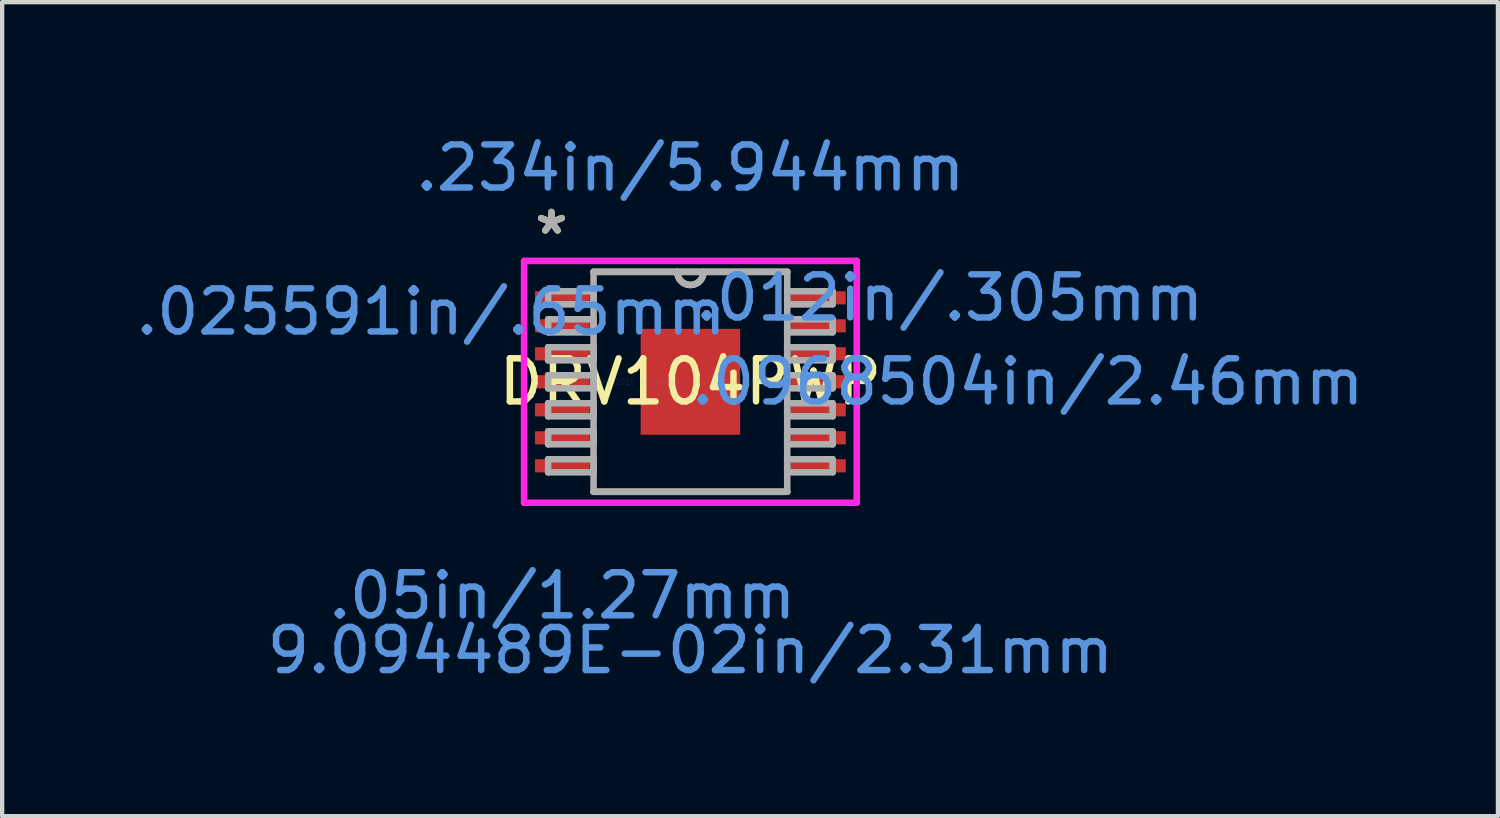
<source format=kicad_pcb>
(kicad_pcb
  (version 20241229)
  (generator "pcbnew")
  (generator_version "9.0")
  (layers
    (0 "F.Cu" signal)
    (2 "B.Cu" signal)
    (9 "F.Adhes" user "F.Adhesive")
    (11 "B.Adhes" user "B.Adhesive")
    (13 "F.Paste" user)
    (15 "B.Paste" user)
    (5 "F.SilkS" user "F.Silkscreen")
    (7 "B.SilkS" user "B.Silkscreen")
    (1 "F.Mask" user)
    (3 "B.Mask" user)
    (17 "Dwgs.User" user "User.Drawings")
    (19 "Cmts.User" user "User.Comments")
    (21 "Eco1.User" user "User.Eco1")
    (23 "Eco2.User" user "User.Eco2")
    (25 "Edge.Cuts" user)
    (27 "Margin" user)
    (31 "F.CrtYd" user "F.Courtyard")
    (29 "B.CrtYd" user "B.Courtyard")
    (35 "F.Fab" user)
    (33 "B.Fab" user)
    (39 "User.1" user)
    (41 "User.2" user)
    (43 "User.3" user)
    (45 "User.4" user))
  (footprint "DRV104PWP"
    (layer "F.Cu")
    (at 12.978 5.814)
    (property "Reference" "DRV104PWP" (at 0 0 0) (layer "F.SilkS") (effects (font (size 1 1) (thickness 0.15))))
    (attr through_hole)
    (fp_line (start -2.248 2.553) (end 2.248 2.553) (stroke (width 0.152) (type solid)) (layer "F.SilkS"))
    (fp_line (start 2.248 -2.553) (end -2.248 -2.553) (stroke (width 0.152) (type solid)) (layer "F.SilkS"))
    (fp_arc (start 0.3048 -2.5527) (mid 0 -2.2479) (end -0.3048 -2.5527) (stroke (width 0.1524) (type solid)) (layer "F.SilkS"))
    (fp_line (start -3.861 -2.807) (end 3.861 -2.807) (stroke (width 0.152) (type solid)) (layer "F.CrtYd"))
    (fp_line (start -3.861 2.807) (end -3.861 -2.807) (stroke (width 0.152) (type solid)) (layer "F.CrtYd"))
    (fp_line (start 3.861 -2.807) (end 3.861 2.807) (stroke (width 0.152) (type solid)) (layer "F.CrtYd"))
    (fp_line (start 3.861 2.807) (end -3.861 2.807) (stroke (width 0.152) (type solid)) (layer "F.CrtYd"))
    (fp_line (start -3.302 -2.102) (end -3.302 -1.798) (stroke (width 0.152) (type solid)) (layer "F.Fab"))
    (fp_line (start -3.302 -1.798) (end -2.248 -1.798) (stroke (width 0.152) (type solid)) (layer "F.Fab"))
    (fp_line (start -3.302 -1.452) (end -3.302 -1.148) (stroke (width 0.152) (type solid)) (layer "F.Fab"))
    (fp_line (start -3.302 -1.148) (end -2.248 -1.148) (stroke (width 0.152) (type solid)) (layer "F.Fab"))
    (fp_line (start -3.302 -0.802) (end -3.302 -0.498) (stroke (width 0.152) (type solid)) (layer "F.Fab"))
    (fp_line (start -3.302 -0.498) (end -2.248 -0.498) (stroke (width 0.152) (type solid)) (layer "F.Fab"))
    (fp_line (start -3.302 -0.152) (end -3.302 0.152) (stroke (width 0.152) (type solid)) (layer "F.Fab"))
    (fp_line (start -3.302 0.152) (end -2.248 0.152) (stroke (width 0.152) (type solid)) (layer "F.Fab"))
    (fp_line (start -3.302 0.498) (end -3.302 0.802) (stroke (width 0.152) (type solid)) (layer "F.Fab"))
    (fp_line (start -3.302 0.802) (end -2.248 0.802) (stroke (width 0.152) (type solid)) (layer "F.Fab"))
    (fp_line (start -3.302 1.148) (end -3.302 1.452) (stroke (width 0.152) (type solid)) (layer "F.Fab"))
    (fp_line (start -3.302 1.452) (end -2.248 1.452) (stroke (width 0.152) (type solid)) (layer "F.Fab"))
    (fp_line (start -3.302 1.798) (end -3.302 2.102) (stroke (width 0.152) (type solid)) (layer "F.Fab"))
    (fp_line (start -3.302 2.102) (end -2.248 2.102) (stroke (width 0.152) (type solid)) (layer "F.Fab"))
    (fp_line (start -2.248 -2.553) (end -2.248 2.553) (stroke (width 0.152) (type solid)) (layer "F.Fab"))
    (fp_line (start -2.248 -2.102) (end -3.302 -2.102) (stroke (width 0.152) (type solid)) (layer "F.Fab"))
    (fp_line (start -2.248 -1.798) (end -2.248 -2.102) (stroke (width 0.152) (type solid)) (layer "F.Fab"))
    (fp_line (start -2.248 -1.452) (end -3.302 -1.452) (stroke (width 0.152) (type solid)) (layer "F.Fab"))
    (fp_line (start -2.248 -1.148) (end -2.248 -1.452) (stroke (width 0.152) (type solid)) (layer "F.Fab"))
    (fp_line (start -2.248 -0.802) (end -3.302 -0.802) (stroke (width 0.152) (type solid)) (layer "F.Fab"))
    (fp_line (start -2.248 -0.498) (end -2.248 -0.802) (stroke (width 0.152) (type solid)) (layer "F.Fab"))
    (fp_line (start -2.248 -0.152) (end -3.302 -0.152) (stroke (width 0.152) (type solid)) (layer "F.Fab"))
    (fp_line (start -2.248 0.152) (end -2.248 -0.152) (stroke (width 0.152) (type solid)) (layer "F.Fab"))
    (fp_line (start -2.248 0.498) (end -3.302 0.498) (stroke (width 0.152) (type solid)) (layer "F.Fab"))
    (fp_line (start -2.248 0.802) (end -2.248 0.498) (stroke (width 0.152) (type solid)) (layer "F.Fab"))
    (fp_line (start -2.248 1.148) (end -3.302 1.148) (stroke (width 0.152) (type solid)) (layer "F.Fab"))
    (fp_line (start -2.248 1.452) (end -2.248 1.148) (stroke (width 0.152) (type solid)) (layer "F.Fab"))
    (fp_line (start -2.248 1.798) (end -3.302 1.798) (stroke (width 0.152) (type solid)) (layer "F.Fab"))
    (fp_line (start -2.248 2.102) (end -2.248 1.798) (stroke (width 0.152) (type solid)) (layer "F.Fab"))
    (fp_line (start -2.248 2.553) (end 2.248 2.553) (stroke (width 0.152) (type solid)) (layer "F.Fab"))
    (fp_line (start 2.248 -2.553) (end -2.248 -2.553) (stroke (width 0.152) (type solid)) (layer "F.Fab"))
    (fp_line (start 2.248 -2.102) (end 2.248 -1.798) (stroke (width 0.152) (type solid)) (layer "F.Fab"))
    (fp_line (start 2.248 -1.798) (end 3.302 -1.798) (stroke (width 0.152) (type solid)) (layer "F.Fab"))
    (fp_line (start 2.248 -1.452) (end 2.248 -1.148) (stroke (width 0.152) (type solid)) (layer "F.Fab"))
    (fp_line (start 2.248 -1.148) (end 3.302 -1.148) (stroke (width 0.152) (type solid)) (layer "F.Fab"))
    (fp_line (start 2.248 -0.802) (end 2.248 -0.498) (stroke (width 0.152) (type solid)) (layer "F.Fab"))
    (fp_line (start 2.248 -0.498) (end 3.302 -0.498) (stroke (width 0.152) (type solid)) (layer "F.Fab"))
    (fp_line (start 2.248 -0.152) (end 2.248 0.152) (stroke (width 0.152) (type solid)) (layer "F.Fab"))
    (fp_line (start 2.248 0.152) (end 3.302 0.152) (stroke (width 0.152) (type solid)) (layer "F.Fab"))
    (fp_line (start 2.248 0.498) (end 2.248 0.802) (stroke (width 0.152) (type solid)) (layer "F.Fab"))
    (fp_line (start 2.248 0.802) (end 3.302 0.802) (stroke (width 0.152) (type solid)) (layer "F.Fab"))
    (fp_line (start 2.248 1.148) (end 2.248 1.452) (stroke (width 0.152) (type solid)) (layer "F.Fab"))
    (fp_line (start 2.248 1.452) (end 3.302 1.452) (stroke (width 0.152) (type solid)) (layer "F.Fab"))
    (fp_line (start 2.248 1.798) (end 2.248 2.102) (stroke (width 0.152) (type solid)) (layer "F.Fab"))
    (fp_line (start 2.248 2.102) (end 3.302 2.102) (stroke (width 0.152) (type solid)) (layer "F.Fab"))
    (fp_line (start 2.248 2.553) (end 2.248 -2.553) (stroke (width 0.152) (type solid)) (layer "F.Fab"))
    (fp_line (start 3.302 -2.102) (end 2.248 -2.102) (stroke (width 0.152) (type solid)) (layer "F.Fab"))
    (fp_line (start 3.302 -1.798) (end 3.302 -2.102) (stroke (width 0.152) (type solid)) (layer "F.Fab"))
    (fp_line (start 3.302 -1.452) (end 2.248 -1.452) (stroke (width 0.152) (type solid)) (layer "F.Fab"))
    (fp_line (start 3.302 -1.148) (end 3.302 -1.452) (stroke (width 0.152) (type solid)) (layer "F.Fab"))
    (fp_line (start 3.302 -0.802) (end 2.248 -0.802) (stroke (width 0.152) (type solid)) (layer "F.Fab"))
    (fp_line (start 3.302 -0.498) (end 3.302 -0.802) (stroke (width 0.152) (type solid)) (layer "F.Fab"))
    (fp_line (start 3.302 -0.152) (end 2.248 -0.152) (stroke (width 0.152) (type solid)) (layer "F.Fab"))
    (fp_line (start 3.302 0.152) (end 3.302 -0.152) (stroke (width 0.152) (type solid)) (layer "F.Fab"))
    (fp_line (start 3.302 0.498) (end 2.248 0.498) (stroke (width 0.152) (type solid)) (layer "F.Fab"))
    (fp_line (start 3.302 0.802) (end 3.302 0.498) (stroke (width 0.152) (type solid)) (layer "F.Fab"))
    (fp_line (start 3.302 1.148) (end 2.248 1.148) (stroke (width 0.152) (type solid)) (layer "F.Fab"))
    (fp_line (start 3.302 1.452) (end 3.302 1.148) (stroke (width 0.152) (type solid)) (layer "F.Fab"))
    (fp_line (start 3.302 1.798) (end 2.248 1.798) (stroke (width 0.152) (type solid)) (layer "F.Fab"))
    (fp_line (start 3.302 2.102) (end 3.302 1.798) (stroke (width 0.152) (type solid)) (layer "F.Fab"))
    (fp_arc (start 0.3048 -2.5527) (mid 0 -2.2479) (end -0.3048 -2.5527) (stroke (width 0.1524) (type solid)) (layer "F.Fab"))
    (fp_text user "*" (at -3.226 -3.398 0) (layer "F.SilkS") (effects (font (size 1 1) (thickness 0.15))))
    (fp_text user ".025591in/.65mm" (at -6.02 -1.625 0) (layer "Cmts.User") (effects (font (size 1 1) (thickness 0.15))))
    (fp_text user ".234in/5.944mm" (at 0 -4.966 0) (layer "Cmts.User") (effects (font (size 1 1) (thickness 0.15))))
    (fp_text user ".05in/1.27mm" (at -2.972 4.966 0) (layer "Cmts.User") (effects (font (size 1 1) (thickness 0.15))))
    (fp_text user ".0968504in/2.46mm" (at 7.836 0 0) (layer "Cmts.User") (effects (font (size 1 1) (thickness 0.15))))
    (fp_text user ".012in/.305mm" (at 6.02 -1.95 0) (layer "Cmts.User") (effects (font (size 1 1) (thickness 0.15))))
    (fp_text user "9.094489E-02in/2.31mm" (at 0 6.236 0) (layer "Cmts.User") (effects (font (size 1 1) (thickness 0.15))))
    (fp_text user "Copyright 2016 Accelerated Designs. All rights reserved." (at 0 0 0) (layer "Cmts.User") (effects (font (size 0.127 0.127) (thickness 0.002))))
    (fp_text user "*" (at -3.226 -3.398 0) (layer "F.Fab") (effects (font (size 1 1) (thickness 0.15))))
    (pad "1" smd rect (at -2.972 -1.95) (size 1.27 0.305) (layers "F.Cu" "F.Mask" "F.Paste"))
    (pad "2" smd rect (at -2.972 -1.3) (size 1.27 0.305) (layers "F.Cu" "F.Mask" "F.Paste"))
    (pad "3" smd rect (at -2.972 -0.65) (size 1.27 0.305) (layers "F.Cu" "F.Mask" "F.Paste"))
    (pad "4" smd rect (at -2.972 0) (size 1.27 0.305) (layers "F.Cu" "F.Mask" "F.Paste"))
    (pad "5" smd rect (at -2.972 0.65) (size 1.27 0.305) (layers "F.Cu" "F.Mask" "F.Paste"))
    (pad "6" smd rect (at -2.972 1.3) (size 1.27 0.305) (layers "F.Cu" "F.Mask" "F.Paste"))
    (pad "7" smd rect (at -2.972 1.95) (size 1.27 0.305) (layers "F.Cu" "F.Mask" "F.Paste"))
    (pad "8" smd rect (at 2.972 1.95) (size 1.27 0.305) (layers "F.Cu" "F.Mask" "F.Paste"))
    (pad "9" smd rect (at 2.972 1.3) (size 1.27 0.305) (layers "F.Cu" "F.Mask" "F.Paste"))
    (pad "10" smd rect (at 2.972 0.65) (size 1.27 0.305) (layers "F.Cu" "F.Mask" "F.Paste"))
    (pad "11" smd rect (at 2.972 0) (size 1.27 0.305) (layers "F.Cu" "F.Mask" "F.Paste"))
    (pad "12" smd rect (at 2.972 -0.65) (size 1.27 0.305) (layers "F.Cu" "F.Mask" "F.Paste"))
    (pad "13" smd rect (at 2.972 -1.3) (size 1.27 0.305) (layers "F.Cu" "F.Mask" "F.Paste"))
    (pad "14" smd rect (at 2.972 -1.95) (size 1.27 0.305) (layers "F.Cu" "F.Mask" "F.Paste"))
    (pad "15" smd rect (at 0 0) (size 2.31 2.46) (layers "F.Cu" "F.Mask" "F.Paste")))
  (gr_rect
    (start -3 -3)
    (end 31.725 15.898)
    (stroke (width 0.1) (type default))
    (fill no)
    (layer "Edge.Cuts")))
</source>
